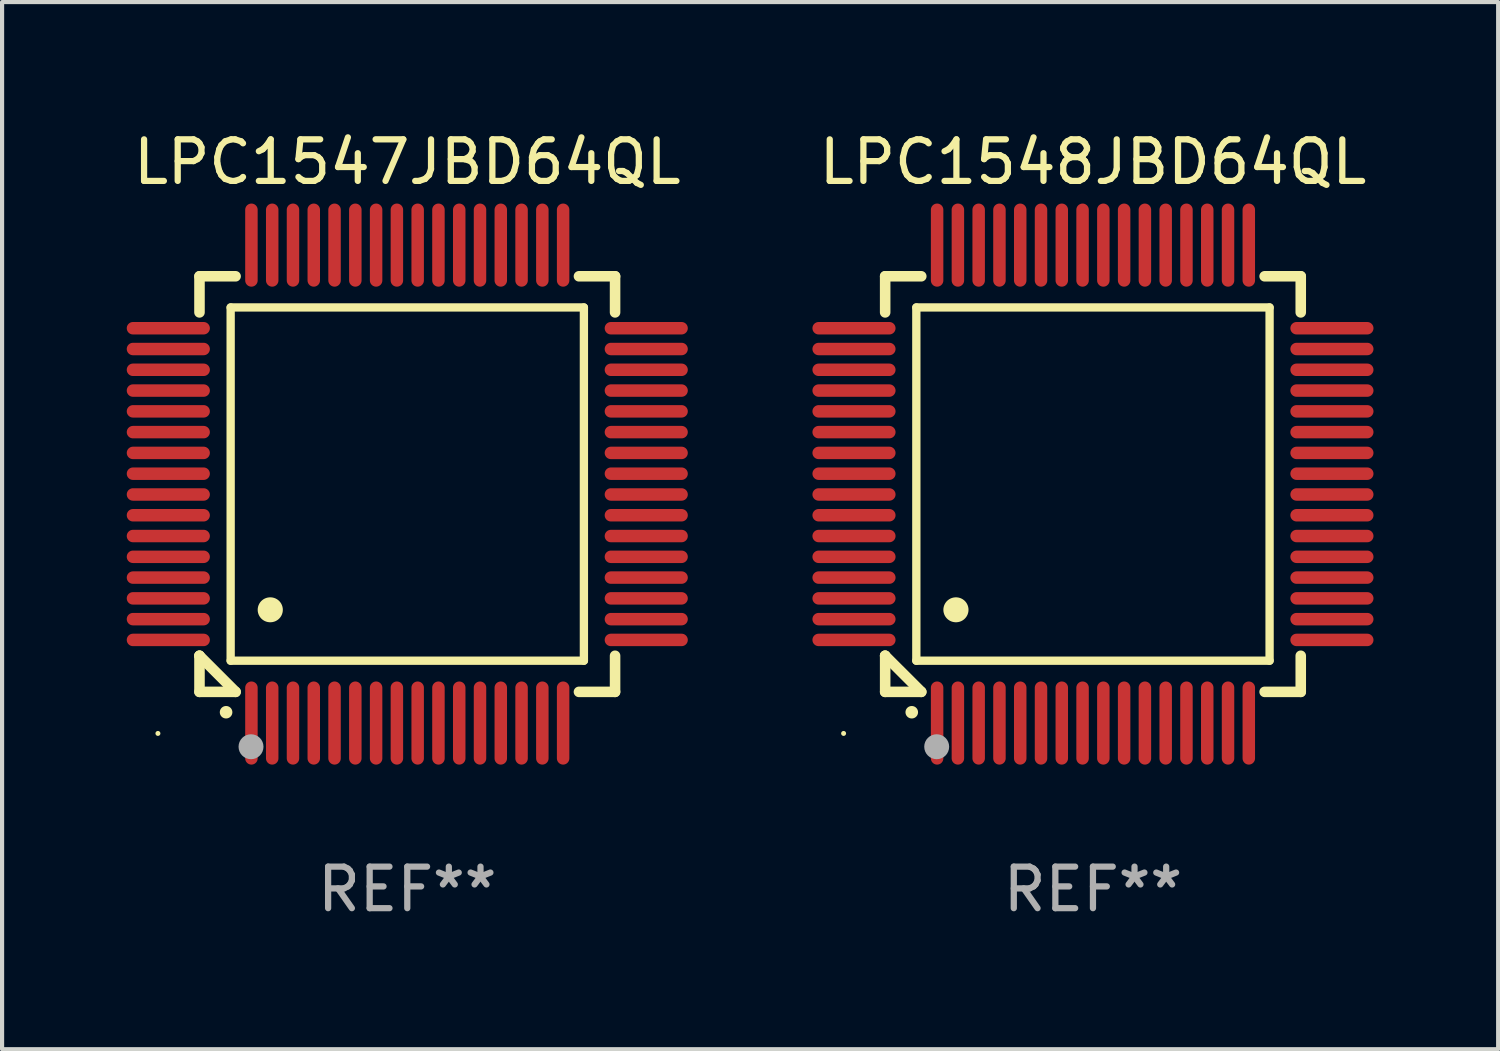
<source format=kicad_pcb>
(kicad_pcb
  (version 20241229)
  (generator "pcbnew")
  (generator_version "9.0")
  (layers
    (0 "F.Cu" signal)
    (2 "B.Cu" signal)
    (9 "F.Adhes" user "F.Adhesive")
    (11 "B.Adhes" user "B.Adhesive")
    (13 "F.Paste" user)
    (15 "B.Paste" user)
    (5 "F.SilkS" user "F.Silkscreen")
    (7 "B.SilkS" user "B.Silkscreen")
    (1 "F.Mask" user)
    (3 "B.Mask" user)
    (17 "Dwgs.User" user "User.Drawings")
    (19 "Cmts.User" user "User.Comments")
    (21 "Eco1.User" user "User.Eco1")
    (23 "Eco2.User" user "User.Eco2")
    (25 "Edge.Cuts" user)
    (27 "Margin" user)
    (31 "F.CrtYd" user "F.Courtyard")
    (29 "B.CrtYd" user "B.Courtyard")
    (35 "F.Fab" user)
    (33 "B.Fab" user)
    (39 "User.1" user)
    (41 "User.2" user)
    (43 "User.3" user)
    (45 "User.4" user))
  (footprint "LPC1548JBD64QL"
    (layer "F.Cu")
    (at 23.249 8.598)
    (property "Reference" "LPC1548JBD64QL" (at 0 -7.75 0) (layer "F.SilkS") (effects (font (size 1 1) (thickness 0.15))))
    (attr through_hole)
    (fp_line (start -5 -5) (end -4.131 -5) (stroke (width 0.254) (type solid)) (layer "F.SilkS"))
    (fp_line (start -5 -4.131) (end -5 -5) (stroke (width 0.254) (type solid)) (layer "F.SilkS"))
    (fp_line (start -5 4.131) (end -5 4.131) (stroke (width 0.254) (type solid)) (layer "F.SilkS"))
    (fp_line (start -5 5) (end -5 4.131) (stroke (width 0.254) (type solid)) (layer "F.SilkS"))
    (fp_line (start -5 4.131) (end -4.131 5) (stroke (width 0.254) (type solid)) (layer "F.SilkS"))
    (fp_line (start -4.25 -4.25) (end -4.25 4.25) (stroke (width 0.2) (type solid)) (layer "F.SilkS"))
    (fp_line (start -4.25 4.25) (end 4.25 4.25) (stroke (width 0.2) (type solid)) (layer "F.SilkS"))
    (fp_line (start -4.131 5) (end -5 5) (stroke (width 0.254) (type solid)) (layer "F.SilkS"))
    (fp_line (start 4.25 -4.25) (end -4.25 -4.25) (stroke (width 0.2) (type solid)) (layer "F.SilkS"))
    (fp_line (start 4.25 4.25) (end 4.25 -4.25) (stroke (width 0.2) (type solid)) (layer "F.SilkS"))
    (fp_line (start 5 -5) (end 4.131 -5) (stroke (width 0.254) (type solid)) (layer "F.SilkS"))
    (fp_line (start 5 -5) (end 5 -4.131) (stroke (width 0.254) (type solid)) (layer "F.SilkS"))
    (fp_line (start 5 4.131) (end 5 5) (stroke (width 0.254) (type solid)) (layer "F.SilkS"))
    (fp_line (start 5 5) (end 4.131 5) (stroke (width 0.254) (type solid)) (layer "F.SilkS"))
    (fp_arc (start -4.361265 5.489992) (mid -4.359995 5.489987) (end -4.358725 5.489992) (stroke (width 0.3) (type solid)) (layer "F.SilkS"))
    (fp_arc (start -3.299467 3.025146) (mid -3.296927 3.025135) (end -3.294387 3.025146) (stroke (width 0.6) (type solid)) (layer "F.SilkS"))
    (fp_circle (center -6 6) (end -5.97 6) (stroke (width 0.06) (type solid)) (fill no) (layer "F.SilkS"))
    (fp_circle (center -3.76 6.32) (end -3.61 6.32) (stroke (width 0.3) (type solid)) (fill no) (layer "F.Fab"))
    (fp_text user "REF**" (at 0 9.75 0) (layer "F.Fab") (effects (font (size 1 1) (thickness 0.15))))
    (pad "1" smd oval (at -3.75 5.75) (size 0.3 2) (layers "F.Cu" "F.Mask" "F.Paste"))
    (pad "2" smd oval (at -3.25 5.75) (size 0.3 2) (layers "F.Cu" "F.Mask" "F.Paste"))
    (pad "3" smd oval (at -2.75 5.75) (size 0.3 2) (layers "F.Cu" "F.Mask" "F.Paste"))
    (pad "4" smd oval (at -2.25 5.75) (size 0.3 2) (layers "F.Cu" "F.Mask" "F.Paste"))
    (pad "5" smd oval (at -1.75 5.75) (size 0.3 2) (layers "F.Cu" "F.Mask" "F.Paste"))
    (pad "6" smd oval (at -1.25 5.75) (size 0.3 2) (layers "F.Cu" "F.Mask" "F.Paste"))
    (pad "7" smd oval (at -0.75 5.75) (size 0.3 2) (layers "F.Cu" "F.Mask" "F.Paste"))
    (pad "8" smd oval (at -0.25 5.75) (size 0.3 2) (layers "F.Cu" "F.Mask" "F.Paste"))
    (pad "9" smd oval (at 0.25 5.75) (size 0.3 2) (layers "F.Cu" "F.Mask" "F.Paste"))
    (pad "10" smd oval (at 0.75 5.75) (size 0.3 2) (layers "F.Cu" "F.Mask" "F.Paste"))
    (pad "11" smd oval (at 1.25 5.75) (size 0.3 2) (layers "F.Cu" "F.Mask" "F.Paste"))
    (pad "12" smd oval (at 1.75 5.75) (size 0.3 2) (layers "F.Cu" "F.Mask" "F.Paste"))
    (pad "13" smd oval (at 2.25 5.75) (size 0.3 2) (layers "F.Cu" "F.Mask" "F.Paste"))
    (pad "14" smd oval (at 2.75 5.75) (size 0.3 2) (layers "F.Cu" "F.Mask" "F.Paste"))
    (pad "15" smd oval (at 3.25 5.75) (size 0.3 2) (layers "F.Cu" "F.Mask" "F.Paste"))
    (pad "16" smd oval (at 3.75 5.75) (size 0.3 2) (layers "F.Cu" "F.Mask" "F.Paste"))
    (pad "17" smd oval (at 5.75 3.75) (size 2 0.3) (layers "F.Cu" "F.Mask" "F.Paste"))
    (pad "18" smd oval (at 5.75 3.25) (size 2 0.3) (layers "F.Cu" "F.Mask" "F.Paste"))
    (pad "19" smd oval (at 5.75 2.75) (size 2 0.3) (layers "F.Cu" "F.Mask" "F.Paste"))
    (pad "20" smd oval (at 5.75 2.25) (size 2 0.3) (layers "F.Cu" "F.Mask" "F.Paste"))
    (pad "21" smd oval (at 5.75 1.75) (size 2 0.3) (layers "F.Cu" "F.Mask" "F.Paste"))
    (pad "22" smd oval (at 5.75 1.25) (size 2 0.3) (layers "F.Cu" "F.Mask" "F.Paste"))
    (pad "23" smd oval (at 5.75 0.75) (size 2 0.3) (layers "F.Cu" "F.Mask" "F.Paste"))
    (pad "24" smd oval (at 5.75 0.25) (size 2 0.3) (layers "F.Cu" "F.Mask" "F.Paste"))
    (pad "25" smd oval (at 5.75 -0.25) (size 2 0.3) (layers "F.Cu" "F.Mask" "F.Paste"))
    (pad "26" smd oval (at 5.75 -0.75) (size 2 0.3) (layers "F.Cu" "F.Mask" "F.Paste"))
    (pad "27" smd oval (at 5.75 -1.25) (size 2 0.3) (layers "F.Cu" "F.Mask" "F.Paste"))
    (pad "28" smd oval (at 5.75 -1.75) (size 2 0.3) (layers "F.Cu" "F.Mask" "F.Paste"))
    (pad "29" smd oval (at 5.75 -2.25) (size 2 0.3) (layers "F.Cu" "F.Mask" "F.Paste"))
    (pad "30" smd oval (at 5.75 -2.75) (size 2 0.3) (layers "F.Cu" "F.Mask" "F.Paste"))
    (pad "31" smd oval (at 5.75 -3.25) (size 2 0.3) (layers "F.Cu" "F.Mask" "F.Paste"))
    (pad "32" smd oval (at 5.75 -3.75) (size 2 0.3) (layers "F.Cu" "F.Mask" "F.Paste"))
    (pad "33" smd oval (at 3.75 -5.75) (size 0.3 2) (layers "F.Cu" "F.Mask" "F.Paste"))
    (pad "34" smd oval (at 3.25 -5.75) (size 0.3 2) (layers "F.Cu" "F.Mask" "F.Paste"))
    (pad "35" smd oval (at 2.75 -5.75) (size 0.3 2) (layers "F.Cu" "F.Mask" "F.Paste"))
    (pad "36" smd oval (at 2.25 -5.75) (size 0.3 2) (layers "F.Cu" "F.Mask" "F.Paste"))
    (pad "37" smd oval (at 1.75 -5.75) (size 0.3 2) (layers "F.Cu" "F.Mask" "F.Paste"))
    (pad "38" smd oval (at 1.25 -5.75) (size 0.3 2) (layers "F.Cu" "F.Mask" "F.Paste"))
    (pad "39" smd oval (at 0.75 -5.75) (size 0.3 2) (layers "F.Cu" "F.Mask" "F.Paste"))
    (pad "40" smd oval (at 0.25 -5.75) (size 0.3 2) (layers "F.Cu" "F.Mask" "F.Paste"))
    (pad "41" smd oval (at -0.25 -5.75) (size 0.3 2) (layers "F.Cu" "F.Mask" "F.Paste"))
    (pad "42" smd oval (at -0.75 -5.75) (size 0.3 2) (layers "F.Cu" "F.Mask" "F.Paste"))
    (pad "43" smd oval (at -1.25 -5.75) (size 0.3 2) (layers "F.Cu" "F.Mask" "F.Paste"))
    (pad "44" smd oval (at -1.75 -5.75) (size 0.3 2) (layers "F.Cu" "F.Mask" "F.Paste"))
    (pad "45" smd oval (at -2.25 -5.75) (size 0.3 2) (layers "F.Cu" "F.Mask" "F.Paste"))
    (pad "46" smd oval (at -2.75 -5.75) (size 0.3 2) (layers "F.Cu" "F.Mask" "F.Paste"))
    (pad "47" smd oval (at -3.25 -5.75) (size 0.3 2) (layers "F.Cu" "F.Mask" "F.Paste"))
    (pad "48" smd oval (at -3.75 -5.75) (size 0.3 2) (layers "F.Cu" "F.Mask" "F.Paste"))
    (pad "49" smd oval (at -5.75 -3.75) (size 2 0.3) (layers "F.Cu" "F.Mask" "F.Paste"))
    (pad "50" smd oval (at -5.75 -3.25) (size 2 0.3) (layers "F.Cu" "F.Mask" "F.Paste"))
    (pad "51" smd oval (at -5.75 -2.75) (size 2 0.3) (layers "F.Cu" "F.Mask" "F.Paste"))
    (pad "52" smd oval (at -5.75 -2.25) (size 2 0.3) (layers "F.Cu" "F.Mask" "F.Paste"))
    (pad "53" smd oval (at -5.75 -1.75) (size 2 0.3) (layers "F.Cu" "F.Mask" "F.Paste"))
    (pad "54" smd oval (at -5.75 -1.25) (size 2 0.3) (layers "F.Cu" "F.Mask" "F.Paste"))
    (pad "55" smd oval (at -5.75 -0.75) (size 2 0.3) (layers "F.Cu" "F.Mask" "F.Paste"))
    (pad "56" smd oval (at -5.75 -0.25) (size 2 0.3) (layers "F.Cu" "F.Mask" "F.Paste"))
    (pad "57" smd oval (at -5.75 0.25) (size 2 0.3) (layers "F.Cu" "F.Mask" "F.Paste"))
    (pad "58" smd oval (at -5.75 0.75) (size 2 0.3) (layers "F.Cu" "F.Mask" "F.Paste"))
    (pad "59" smd oval (at -5.75 1.25) (size 2 0.3) (layers "F.Cu" "F.Mask" "F.Paste"))
    (pad "60" smd oval (at -5.75 1.75) (size 2 0.3) (layers "F.Cu" "F.Mask" "F.Paste"))
    (pad "61" smd oval (at -5.75 2.25) (size 2 0.3) (layers "F.Cu" "F.Mask" "F.Paste"))
    (pad "62" smd oval (at -5.75 2.75) (size 2 0.3) (layers "F.Cu" "F.Mask" "F.Paste"))
    (pad "63" smd oval (at -5.75 3.25) (size 2 0.3) (layers "F.Cu" "F.Mask" "F.Paste"))
    (pad "64" smd oval (at -5.75 3.75) (size 2 0.3) (layers "F.Cu" "F.Mask" "F.Paste")))
  (footprint "LPC1547JBD64QL"
    (layer "F.Cu")
    (at 6.75 8.598)
    (property "Reference" "LPC1547JBD64QL" (at 0 -7.75 0) (layer "F.SilkS") (effects (font (size 1 1) (thickness 0.15))))
    (attr through_hole)
    (fp_line (start -5 -5) (end -4.131 -5) (stroke (width 0.254) (type solid)) (layer "F.SilkS"))
    (fp_line (start -5 -4.131) (end -5 -5) (stroke (width 0.254) (type solid)) (layer "F.SilkS"))
    (fp_line (start -5 4.131) (end -5 4.131) (stroke (width 0.254) (type solid)) (layer "F.SilkS"))
    (fp_line (start -5 5) (end -5 4.131) (stroke (width 0.254) (type solid)) (layer "F.SilkS"))
    (fp_line (start -5 4.131) (end -4.131 5) (stroke (width 0.254) (type solid)) (layer "F.SilkS"))
    (fp_line (start -4.25 -4.25) (end -4.25 4.25) (stroke (width 0.2) (type solid)) (layer "F.SilkS"))
    (fp_line (start -4.25 4.25) (end 4.25 4.25) (stroke (width 0.2) (type solid)) (layer "F.SilkS"))
    (fp_line (start -4.131 5) (end -5 5) (stroke (width 0.254) (type solid)) (layer "F.SilkS"))
    (fp_line (start 4.25 -4.25) (end -4.25 -4.25) (stroke (width 0.2) (type solid)) (layer "F.SilkS"))
    (fp_line (start 4.25 4.25) (end 4.25 -4.25) (stroke (width 0.2) (type solid)) (layer "F.SilkS"))
    (fp_line (start 5 -5) (end 4.131 -5) (stroke (width 0.254) (type solid)) (layer "F.SilkS"))
    (fp_line (start 5 -5) (end 5 -4.131) (stroke (width 0.254) (type solid)) (layer "F.SilkS"))
    (fp_line (start 5 4.131) (end 5 5) (stroke (width 0.254) (type solid)) (layer "F.SilkS"))
    (fp_line (start 5 5) (end 4.131 5) (stroke (width 0.254) (type solid)) (layer "F.SilkS"))
    (fp_arc (start -4.361265 5.489992) (mid -4.359995 5.489987) (end -4.358725 5.489992) (stroke (width 0.3) (type solid)) (layer "F.SilkS"))
    (fp_arc (start -3.299467 3.025146) (mid -3.296927 3.025135) (end -3.294387 3.025146) (stroke (width 0.6) (type solid)) (layer "F.SilkS"))
    (fp_circle (center -6 6) (end -5.97 6) (stroke (width 0.06) (type solid)) (fill no) (layer "F.SilkS"))
    (fp_circle (center -3.76 6.32) (end -3.61 6.32) (stroke (width 0.3) (type solid)) (fill no) (layer "F.Fab"))
    (fp_text user "REF**" (at 0 9.75 0) (layer "F.Fab") (effects (font (size 1 1) (thickness 0.15))))
    (pad "1" smd oval (at -3.75 5.75) (size 0.3 2) (layers "F.Cu" "F.Mask" "F.Paste"))
    (pad "2" smd oval (at -3.25 5.75) (size 0.3 2) (layers "F.Cu" "F.Mask" "F.Paste"))
    (pad "3" smd oval (at -2.75 5.75) (size 0.3 2) (layers "F.Cu" "F.Mask" "F.Paste"))
    (pad "4" smd oval (at -2.25 5.75) (size 0.3 2) (layers "F.Cu" "F.Mask" "F.Paste"))
    (pad "5" smd oval (at -1.75 5.75) (size 0.3 2) (layers "F.Cu" "F.Mask" "F.Paste"))
    (pad "6" smd oval (at -1.25 5.75) (size 0.3 2) (layers "F.Cu" "F.Mask" "F.Paste"))
    (pad "7" smd oval (at -0.75 5.75) (size 0.3 2) (layers "F.Cu" "F.Mask" "F.Paste"))
    (pad "8" smd oval (at -0.25 5.75) (size 0.3 2) (layers "F.Cu" "F.Mask" "F.Paste"))
    (pad "9" smd oval (at 0.25 5.75) (size 0.3 2) (layers "F.Cu" "F.Mask" "F.Paste"))
    (pad "10" smd oval (at 0.75 5.75) (size 0.3 2) (layers "F.Cu" "F.Mask" "F.Paste"))
    (pad "11" smd oval (at 1.25 5.75) (size 0.3 2) (layers "F.Cu" "F.Mask" "F.Paste"))
    (pad "12" smd oval (at 1.75 5.75) (size 0.3 2) (layers "F.Cu" "F.Mask" "F.Paste"))
    (pad "13" smd oval (at 2.25 5.75) (size 0.3 2) (layers "F.Cu" "F.Mask" "F.Paste"))
    (pad "14" smd oval (at 2.75 5.75) (size 0.3 2) (layers "F.Cu" "F.Mask" "F.Paste"))
    (pad "15" smd oval (at 3.25 5.75) (size 0.3 2) (layers "F.Cu" "F.Mask" "F.Paste"))
    (pad "16" smd oval (at 3.75 5.75) (size 0.3 2) (layers "F.Cu" "F.Mask" "F.Paste"))
    (pad "17" smd oval (at 5.75 3.75) (size 2 0.3) (layers "F.Cu" "F.Mask" "F.Paste"))
    (pad "18" smd oval (at 5.75 3.25) (size 2 0.3) (layers "F.Cu" "F.Mask" "F.Paste"))
    (pad "19" smd oval (at 5.75 2.75) (size 2 0.3) (layers "F.Cu" "F.Mask" "F.Paste"))
    (pad "20" smd oval (at 5.75 2.25) (size 2 0.3) (layers "F.Cu" "F.Mask" "F.Paste"))
    (pad "21" smd oval (at 5.75 1.75) (size 2 0.3) (layers "F.Cu" "F.Mask" "F.Paste"))
    (pad "22" smd oval (at 5.75 1.25) (size 2 0.3) (layers "F.Cu" "F.Mask" "F.Paste"))
    (pad "23" smd oval (at 5.75 0.75) (size 2 0.3) (layers "F.Cu" "F.Mask" "F.Paste"))
    (pad "24" smd oval (at 5.75 0.25) (size 2 0.3) (layers "F.Cu" "F.Mask" "F.Paste"))
    (pad "25" smd oval (at 5.75 -0.25) (size 2 0.3) (layers "F.Cu" "F.Mask" "F.Paste"))
    (pad "26" smd oval (at 5.75 -0.75) (size 2 0.3) (layers "F.Cu" "F.Mask" "F.Paste"))
    (pad "27" smd oval (at 5.75 -1.25) (size 2 0.3) (layers "F.Cu" "F.Mask" "F.Paste"))
    (pad "28" smd oval (at 5.75 -1.75) (size 2 0.3) (layers "F.Cu" "F.Mask" "F.Paste"))
    (pad "29" smd oval (at 5.75 -2.25) (size 2 0.3) (layers "F.Cu" "F.Mask" "F.Paste"))
    (pad "30" smd oval (at 5.75 -2.75) (size 2 0.3) (layers "F.Cu" "F.Mask" "F.Paste"))
    (pad "31" smd oval (at 5.75 -3.25) (size 2 0.3) (layers "F.Cu" "F.Mask" "F.Paste"))
    (pad "32" smd oval (at 5.75 -3.75) (size 2 0.3) (layers "F.Cu" "F.Mask" "F.Paste"))
    (pad "33" smd oval (at 3.75 -5.75) (size 0.3 2) (layers "F.Cu" "F.Mask" "F.Paste"))
    (pad "34" smd oval (at 3.25 -5.75) (size 0.3 2) (layers "F.Cu" "F.Mask" "F.Paste"))
    (pad "35" smd oval (at 2.75 -5.75) (size 0.3 2) (layers "F.Cu" "F.Mask" "F.Paste"))
    (pad "36" smd oval (at 2.25 -5.75) (size 0.3 2) (layers "F.Cu" "F.Mask" "F.Paste"))
    (pad "37" smd oval (at 1.75 -5.75) (size 0.3 2) (layers "F.Cu" "F.Mask" "F.Paste"))
    (pad "38" smd oval (at 1.25 -5.75) (size 0.3 2) (layers "F.Cu" "F.Mask" "F.Paste"))
    (pad "39" smd oval (at 0.75 -5.75) (size 0.3 2) (layers "F.Cu" "F.Mask" "F.Paste"))
    (pad "40" smd oval (at 0.25 -5.75) (size 0.3 2) (layers "F.Cu" "F.Mask" "F.Paste"))
    (pad "41" smd oval (at -0.25 -5.75) (size 0.3 2) (layers "F.Cu" "F.Mask" "F.Paste"))
    (pad "42" smd oval (at -0.75 -5.75) (size 0.3 2) (layers "F.Cu" "F.Mask" "F.Paste"))
    (pad "43" smd oval (at -1.25 -5.75) (size 0.3 2) (layers "F.Cu" "F.Mask" "F.Paste"))
    (pad "44" smd oval (at -1.75 -5.75) (size 0.3 2) (layers "F.Cu" "F.Mask" "F.Paste"))
    (pad "45" smd oval (at -2.25 -5.75) (size 0.3 2) (layers "F.Cu" "F.Mask" "F.Paste"))
    (pad "46" smd oval (at -2.75 -5.75) (size 0.3 2) (layers "F.Cu" "F.Mask" "F.Paste"))
    (pad "47" smd oval (at -3.25 -5.75) (size 0.3 2) (layers "F.Cu" "F.Mask" "F.Paste"))
    (pad "48" smd oval (at -3.75 -5.75) (size 0.3 2) (layers "F.Cu" "F.Mask" "F.Paste"))
    (pad "49" smd oval (at -5.75 -3.75) (size 2 0.3) (layers "F.Cu" "F.Mask" "F.Paste"))
    (pad "50" smd oval (at -5.75 -3.25) (size 2 0.3) (layers "F.Cu" "F.Mask" "F.Paste"))
    (pad "51" smd oval (at -5.75 -2.75) (size 2 0.3) (layers "F.Cu" "F.Mask" "F.Paste"))
    (pad "52" smd oval (at -5.75 -2.25) (size 2 0.3) (layers "F.Cu" "F.Mask" "F.Paste"))
    (pad "53" smd oval (at -5.75 -1.75) (size 2 0.3) (layers "F.Cu" "F.Mask" "F.Paste"))
    (pad "54" smd oval (at -5.75 -1.25) (size 2 0.3) (layers "F.Cu" "F.Mask" "F.Paste"))
    (pad "55" smd oval (at -5.75 -0.75) (size 2 0.3) (layers "F.Cu" "F.Mask" "F.Paste"))
    (pad "56" smd oval (at -5.75 -0.25) (size 2 0.3) (layers "F.Cu" "F.Mask" "F.Paste"))
    (pad "57" smd oval (at -5.75 0.25) (size 2 0.3) (layers "F.Cu" "F.Mask" "F.Paste"))
    (pad "58" smd oval (at -5.75 0.75) (size 2 0.3) (layers "F.Cu" "F.Mask" "F.Paste"))
    (pad "59" smd oval (at -5.75 1.25) (size 2 0.3) (layers "F.Cu" "F.Mask" "F.Paste"))
    (pad "60" smd oval (at -5.75 1.75) (size 2 0.3) (layers "F.Cu" "F.Mask" "F.Paste"))
    (pad "61" smd oval (at -5.75 2.25) (size 2 0.3) (layers "F.Cu" "F.Mask" "F.Paste"))
    (pad "62" smd oval (at -5.75 2.75) (size 2 0.3) (layers "F.Cu" "F.Mask" "F.Paste"))
    (pad "63" smd oval (at -5.75 3.25) (size 2 0.3) (layers "F.Cu" "F.Mask" "F.Paste"))
    (pad "64" smd oval (at -5.75 3.75) (size 2 0.3) (layers "F.Cu" "F.Mask" "F.Paste")))
  (gr_rect
    (start -3 -3)
    (end 32.999 22.196)
    (stroke (width 0.1) (type default))
    (fill no)
    (layer "Edge.Cuts")))
</source>
